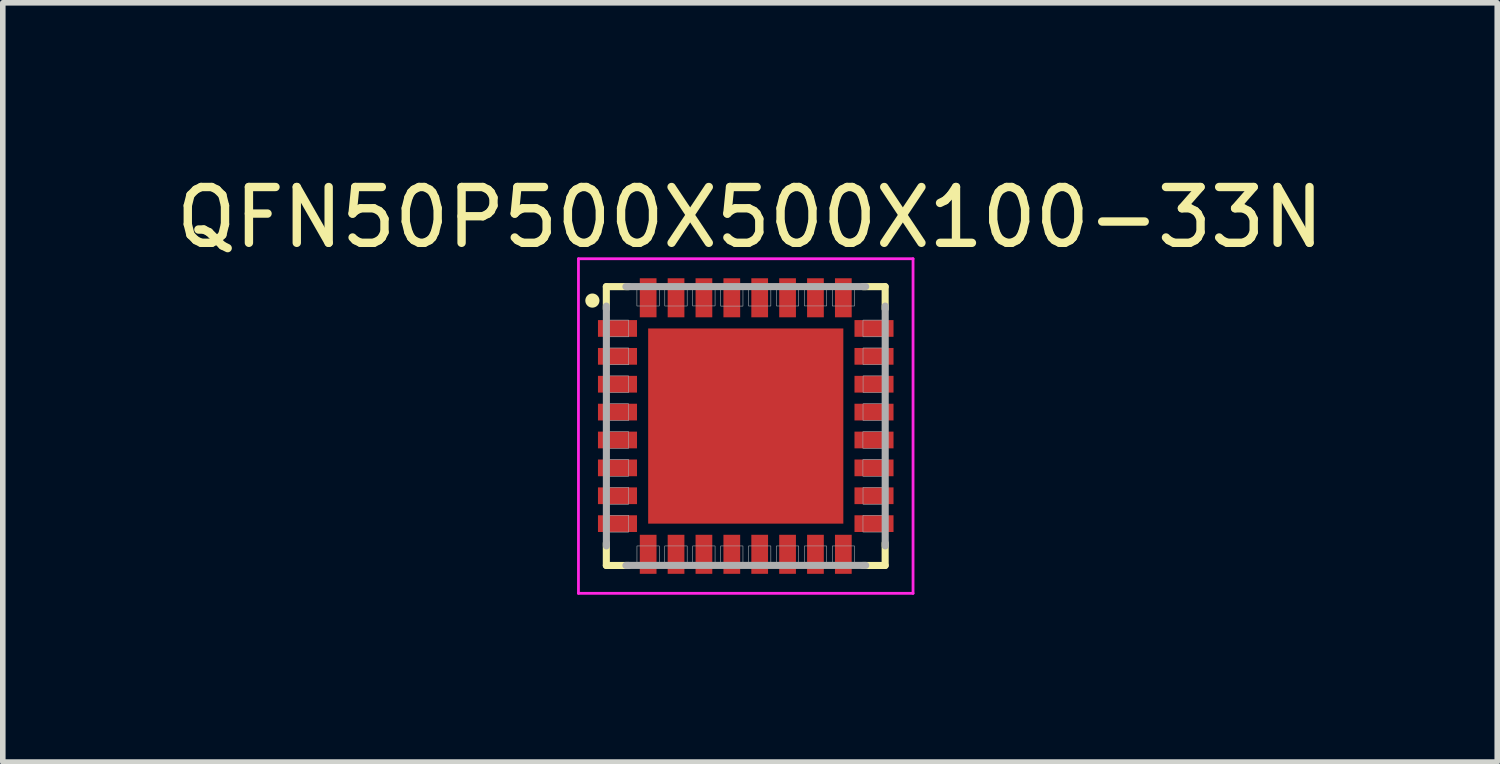
<source format=kicad_pcb>
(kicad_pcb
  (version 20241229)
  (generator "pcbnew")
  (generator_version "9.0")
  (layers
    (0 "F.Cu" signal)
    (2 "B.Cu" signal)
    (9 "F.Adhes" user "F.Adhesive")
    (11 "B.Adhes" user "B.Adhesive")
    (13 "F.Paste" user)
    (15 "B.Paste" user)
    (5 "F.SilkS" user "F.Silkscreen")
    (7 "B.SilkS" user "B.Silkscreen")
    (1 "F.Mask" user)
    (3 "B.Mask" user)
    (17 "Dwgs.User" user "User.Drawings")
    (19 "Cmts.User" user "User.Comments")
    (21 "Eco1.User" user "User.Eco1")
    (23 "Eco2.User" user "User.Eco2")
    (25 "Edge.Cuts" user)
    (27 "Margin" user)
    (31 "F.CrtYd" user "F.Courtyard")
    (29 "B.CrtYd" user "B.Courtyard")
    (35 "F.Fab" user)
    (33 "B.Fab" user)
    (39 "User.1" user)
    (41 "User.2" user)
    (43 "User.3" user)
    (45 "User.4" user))
  (footprint "QFN50P500X500X100-33N"
    (layer "F.Cu")
    (at 10.323 4.59)
    (property "Reference" "QFN50P500X500X100-33N" (at 0.076 -3.741 0) (layer "F.SilkS") (effects (font (size 1.001 1.001) (thickness 0.15))))
    (attr through_hole)
    (fp_poly (pts (xy -2.705 1.05) (xy -1.9 1.05) (xy -1.9 1.453) (xy -2.705 1.453)) (stroke (width 0.01) (type solid)) (fill yes) (layer "F.Mask"))
    (fp_poly (pts (xy -2.703 -1.45) (xy -1.9 -1.45) (xy -1.9 -1.051) (xy -2.703 -1.051)) (stroke (width 0.01) (type solid)) (fill yes) (layer "F.Mask"))
    (fp_poly (pts (xy -2.703 -0.95) (xy -1.9 -0.95) (xy -1.9 -0.551) (xy -2.703 -0.551)) (stroke (width 0.01) (type solid)) (fill yes) (layer "F.Mask"))
    (fp_poly (pts (xy -2.703 0.55) (xy -1.9 0.55) (xy -1.9 0.951) (xy -2.703 0.951)) (stroke (width 0.01) (type solid)) (fill yes) (layer "F.Mask"))
    (fp_poly (pts (xy -2.701 -1.95) (xy -1.9 -1.95) (xy -1.9 -1.551) (xy -2.701 -1.551)) (stroke (width 0.01) (type solid)) (fill yes) (layer "F.Mask"))
    (fp_poly (pts (xy -2.7 1.55) (xy -1.9 1.55) (xy -1.9 1.95) (xy -2.7 1.95)) (stroke (width 0.01) (type solid)) (fill yes) (layer "F.Mask"))
    (fp_poly (pts (xy -2.7 -0.45) (xy -1.9 -0.45) (xy -1.9 -0.05) (xy -2.7 -0.05)) (stroke (width 0.01) (type solid)) (fill yes) (layer "F.Mask"))
    (fp_poly (pts (xy -2.7 0.05) (xy -1.9 0.05) (xy -1.9 0.45) (xy -2.7 0.45)) (stroke (width 0.01) (type solid)) (fill yes) (layer "F.Mask"))
    (fp_poly (pts (xy -2.151 -2.5) (xy -1.35 -2.5) (xy -1.35 -2.101) (xy -2.151 -2.101)) (stroke (width 0.01) (type solid)) (fill yes) (layer "F.Mask"))
    (fp_poly (pts (xy -2.15 2.1) (xy -1.35 2.1) (xy -1.35 2.5) (xy -2.15 2.5)) (stroke (width 0.01) (type solid)) (fill yes) (layer "F.Mask"))
    (fp_poly (pts (xy -1.651 -2.5) (xy -0.85 -2.5) (xy -0.85 -2.102) (xy -1.651 -2.102)) (stroke (width 0.01) (type solid)) (fill yes) (layer "F.Mask"))
    (fp_poly (pts (xy -1.651 2.1) (xy -0.85 2.1) (xy -0.85 2.501) (xy -1.651 2.501)) (stroke (width 0.01) (type solid)) (fill yes) (layer "F.Mask"))
    (fp_poly (pts (xy -1.152 -2.5) (xy -0.35 -2.5) (xy -0.35 -2.104) (xy -1.152 -2.104)) (stroke (width 0.01) (type solid)) (fill yes) (layer "F.Mask"))
    (fp_poly (pts (xy -1.152 2.1) (xy -0.35 2.1) (xy -0.35 2.504) (xy -1.152 2.504)) (stroke (width 0.01) (type solid)) (fill yes) (layer "F.Mask"))
    (fp_poly (pts (xy -0.65 2.1) (xy 0.15 2.1) (xy 0.15 2.5) (xy -0.65 2.5)) (stroke (width 0.01) (type solid)) (fill yes) (layer "F.Mask"))
    (fp_poly (pts (xy -0.65 -2.5) (xy 0.15 -2.5) (xy 0.15 -2.1) (xy -0.65 -2.1)) (stroke (width 0.01) (type solid)) (fill yes) (layer "F.Mask"))
    (fp_poly (pts (xy -0.15 -2.5) (xy 0.65 -2.5) (xy 0.65 -2.102) (xy -0.15 -2.102)) (stroke (width 0.01) (type solid)) (fill yes) (layer "F.Mask"))
    (fp_poly (pts (xy -0.15 2.1) (xy 0.65 2.1) (xy 0.65 2.501) (xy -0.15 2.501)) (stroke (width 0.01) (type solid)) (fill yes) (layer "F.Mask"))
    (fp_poly (pts (xy 0.35 -2.5) (xy 1.15 -2.5) (xy 1.15 -2.102) (xy 0.35 -2.102)) (stroke (width 0.01) (type solid)) (fill yes) (layer "F.Mask"))
    (fp_poly (pts (xy 0.351 2.1) (xy 1.15 2.1) (xy 1.15 2.504) (xy 0.351 2.504)) (stroke (width 0.01) (type solid)) (fill yes) (layer "F.Mask"))
    (fp_poly (pts (xy 0.85 2.1) (xy 1.65 2.1) (xy 1.65 2.501) (xy 0.85 2.501)) (stroke (width 0.01) (type solid)) (fill yes) (layer "F.Mask"))
    (fp_poly (pts (xy 0.851 -2.5) (xy 1.65 -2.5) (xy 1.65 -2.103) (xy 0.851 -2.103)) (stroke (width 0.01) (type solid)) (fill yes) (layer "F.Mask"))
    (fp_poly (pts (xy 1.351 -2.5) (xy 2.15 -2.5) (xy 2.15 -2.101) (xy 1.351 -2.101)) (stroke (width 0.01) (type solid)) (fill yes) (layer "F.Mask"))
    (fp_poly (pts (xy 1.352 2.1) (xy 2.15 2.1) (xy 2.15 2.503) (xy 1.352 2.503)) (stroke (width 0.01) (type solid)) (fill yes) (layer "F.Mask"))
    (fp_poly (pts (xy 1.901 0.55) (xy 2.7 0.55) (xy 2.7 0.95) (xy 1.901 0.95)) (stroke (width 0.01) (type solid)) (fill yes) (layer "F.Mask"))
    (fp_poly (pts (xy 1.901 -1.45) (xy 2.7 -1.45) (xy 2.7 -1.05) (xy 1.901 -1.05)) (stroke (width 0.01) (type solid)) (fill yes) (layer "F.Mask"))
    (fp_poly (pts (xy 1.901 1.05) (xy 2.7 1.05) (xy 2.7 1.451) (xy 1.901 1.451)) (stroke (width 0.01) (type solid)) (fill yes) (layer "F.Mask"))
    (fp_poly (pts (xy 1.902 -0.45) (xy 2.7 -0.45) (xy 2.7 -0.05) (xy 1.902 -0.05)) (stroke (width 0.01) (type solid)) (fill yes) (layer "F.Mask"))
    (fp_poly (pts (xy 1.902 -0.95) (xy 2.7 -0.95) (xy 2.7 -0.551) (xy 1.902 -0.551)) (stroke (width 0.01) (type solid)) (fill yes) (layer "F.Mask"))
    (fp_poly (pts (xy 1.902 0.05) (xy 2.7 0.05) (xy 2.7 0.451) (xy 1.902 0.451)) (stroke (width 0.01) (type solid)) (fill yes) (layer "F.Mask"))
    (fp_poly (pts (xy 1.903 -1.95) (xy 2.7 -1.95) (xy 2.7 -1.552) (xy 1.903 -1.552)) (stroke (width 0.01) (type solid)) (fill yes) (layer "F.Mask"))
    (fp_poly (pts (xy 1.904 1.55) (xy 2.7 1.55) (xy 2.7 1.954) (xy 1.904 1.954)) (stroke (width 0.01) (type solid)) (fill yes) (layer "F.Mask"))
    (fp_line (start -2.5 -2.5) (end -2.5 -2.1) (stroke (width 0.127) (type solid)) (layer "F.SilkS"))
    (fp_line (start -2.5 2.1) (end -2.5 2.5) (stroke (width 0.127) (type solid)) (layer "F.SilkS"))
    (fp_line (start -2.5 2.5) (end -2.1 2.5) (stroke (width 0.127) (type solid)) (layer "F.SilkS"))
    (fp_line (start -2.1 -2.5) (end -2.5 -2.5) (stroke (width 0.127) (type solid)) (layer "F.SilkS"))
    (fp_line (start 2.1 -2.5) (end 2.5 -2.5) (stroke (width 0.127) (type solid)) (layer "F.SilkS"))
    (fp_line (start 2.1 2.5) (end 2.5 2.5) (stroke (width 0.127) (type solid)) (layer "F.SilkS"))
    (fp_line (start 2.5 -2.5) (end 2.5 -2.1) (stroke (width 0.127) (type solid)) (layer "F.SilkS"))
    (fp_line (start 2.5 2.5) (end 2.5 2.1) (stroke (width 0.127) (type solid)) (layer "F.SilkS"))
    (fp_circle (center -2.75 -2.25) (end -2.623 -2.25) (stroke (width 0) (type solid)) (fill yes) (layer "F.SilkS"))
    (fp_poly (pts (xy -1.102 -1.1) (xy 1.1 -1.1) (xy 1.1 1.102) (xy -1.102 1.102)) (stroke (width 0.01) (type solid)) (fill yes) (layer "F.Paste"))
    (fp_line (start -3 -3) (end 3 -3) (stroke (width 0.05) (type solid)) (layer "F.CrtYd"))
    (fp_line (start -3 3) (end -3 -3) (stroke (width 0.05) (type solid)) (layer "F.CrtYd"))
    (fp_line (start 3 -3) (end 3 3) (stroke (width 0.05) (type solid)) (layer "F.CrtYd"))
    (fp_line (start 3 3) (end -3 3) (stroke (width 0.05) (type solid)) (layer "F.CrtYd"))
    (fp_line (start -2.499 2.149) (end -2.499 -2.151) (stroke (width 0.127) (type solid)) (layer "F.Fab"))
    (fp_line (start -2.149 -2.501) (end 2.151 -2.501) (stroke (width 0.127) (type solid)) (layer "F.Fab"))
    (fp_line (start 2.151 2.499) (end -2.149 2.499) (stroke (width 0.127) (type solid)) (layer "F.Fab"))
    (fp_line (start 2.501 -2.151) (end 2.501 2.149) (stroke (width 0.127) (type solid)) (layer "F.Fab"))
    (fp_poly (pts (xy -2.504 -0.9) (xy -2.1 -0.9) (xy -2.1 -0.601) (xy -2.504 -0.601)) (stroke (width 0.01) (type solid)) (fill no) (layer "F.Fab"))
    (fp_poly (pts (xy -2.503 -0.4) (xy -2.1 -0.4) (xy -2.1 -0.1) (xy -2.503 -0.1)) (stroke (width 0.01) (type solid)) (fill no) (layer "F.Fab"))
    (fp_poly (pts (xy -2.503 1.1) (xy -2.1 1.1) (xy -2.1 1.402) (xy -2.503 1.402)) (stroke (width 0.01) (type solid)) (fill no) (layer "F.Fab"))
    (fp_poly (pts (xy -2.502 -1.9) (xy -2.1 -1.9) (xy -2.1 -1.601) (xy -2.502 -1.601)) (stroke (width 0.01) (type solid)) (fill no) (layer "F.Fab"))
    (fp_poly (pts (xy -2.502 1.6) (xy -2.1 1.6) (xy -2.1 1.902) (xy -2.502 1.902)) (stroke (width 0.01) (type solid)) (fill no) (layer "F.Fab"))
    (fp_poly (pts (xy -2.502 0.6) (xy -2.1 0.6) (xy -2.1 0.901) (xy -2.502 0.901)) (stroke (width 0.01) (type solid)) (fill no) (layer "F.Fab"))
    (fp_poly (pts (xy -2.502 0.1) (xy -2.1 0.1) (xy -2.1 0.4) (xy -2.502 0.4)) (stroke (width 0.01) (type solid)) (fill no) (layer "F.Fab"))
    (fp_poly (pts (xy -2.501 -1.4) (xy -2.1 -1.4) (xy -2.1 -1.1) (xy -2.501 -1.1)) (stroke (width 0.01) (type solid)) (fill no) (layer "F.Fab"))
    (fp_poly (pts (xy -1.952 -2.45) (xy -1.55 -2.45) (xy -1.55 -2.153) (xy -1.952 -2.153)) (stroke (width 0.01) (type solid)) (fill no) (layer "F.Fab"))
    (fp_poly (pts (xy -1.951 2.15) (xy -1.55 2.15) (xy -1.55 2.451) (xy -1.951 2.451)) (stroke (width 0.01) (type solid)) (fill no) (layer "F.Fab"))
    (fp_poly (pts (xy -1.453 2.15) (xy -1.05 2.15) (xy -1.05 2.455) (xy -1.453 2.455)) (stroke (width 0.01) (type solid)) (fill no) (layer "F.Fab"))
    (fp_poly (pts (xy -1.452 -2.45) (xy -1.05 -2.45) (xy -1.05 -2.153) (xy -1.452 -2.153)) (stroke (width 0.01) (type solid)) (fill no) (layer "F.Fab"))
    (fp_poly (pts (xy -0.952 -2.45) (xy -0.55 -2.45) (xy -0.55 -2.154) (xy -0.952 -2.154)) (stroke (width 0.01) (type solid)) (fill no) (layer "F.Fab"))
    (fp_poly (pts (xy -0.951 2.15) (xy -0.55 2.15) (xy -0.55 2.452) (xy -0.951 2.452)) (stroke (width 0.01) (type solid)) (fill no) (layer "F.Fab"))
    (fp_poly (pts (xy -0.45 -2.45) (xy -0.05 -2.45) (xy -0.05 -2.151) (xy -0.45 -2.151)) (stroke (width 0.01) (type solid)) (fill no) (layer "F.Fab"))
    (fp_poly (pts (xy -0.45 2.15) (xy -0.05 2.15) (xy -0.05 2.451) (xy -0.45 2.451)) (stroke (width 0.01) (type solid)) (fill no) (layer "F.Fab"))
    (fp_poly (pts (xy 0.05 -2.45) (xy 0.45 -2.45) (xy 0.45 -2.153) (xy 0.05 -2.153)) (stroke (width 0.01) (type solid)) (fill no) (layer "F.Fab"))
    (fp_poly (pts (xy 0.05 2.15) (xy 0.45 2.15) (xy 0.45 2.455) (xy 0.05 2.455)) (stroke (width 0.01) (type solid)) (fill no) (layer "F.Fab"))
    (fp_poly (pts (xy 0.551 2.15) (xy 0.95 2.15) (xy 0.95 2.452) (xy 0.551 2.452)) (stroke (width 0.01) (type solid)) (fill no) (layer "F.Fab"))
    (fp_poly (pts (xy 0.551 -2.45) (xy 0.95 -2.45) (xy 0.95 -2.153) (xy 0.551 -2.153)) (stroke (width 0.01) (type solid)) (fill no) (layer "F.Fab"))
    (fp_poly (pts (xy 1.052 2.15) (xy 1.45 2.15) (xy 1.45 2.454) (xy 1.052 2.454)) (stroke (width 0.01) (type solid)) (fill no) (layer "F.Fab"))
    (fp_poly (pts (xy 1.052 -2.45) (xy 1.45 -2.45) (xy 1.45 -2.154) (xy 1.052 -2.154)) (stroke (width 0.01) (type solid)) (fill no) (layer "F.Fab"))
    (fp_poly (pts (xy 1.552 -2.45) (xy 1.95 -2.45) (xy 1.95 -2.153) (xy 1.552 -2.153)) (stroke (width 0.01) (type solid)) (fill no) (layer "F.Fab"))
    (fp_poly (pts (xy 1.553 2.15) (xy 1.95 2.15) (xy 1.95 2.454) (xy 1.553 2.454)) (stroke (width 0.01) (type solid)) (fill no) (layer "F.Fab"))
    (fp_poly (pts (xy 2.101 0.1) (xy 2.5 0.1) (xy 2.5 0.4) (xy 2.101 0.4)) (stroke (width 0.01) (type solid)) (fill no) (layer "F.Fab"))
    (fp_poly (pts (xy 2.101 0.6) (xy 2.5 0.6) (xy 2.5 0.901) (xy 2.101 0.901)) (stroke (width 0.01) (type solid)) (fill no) (layer "F.Fab"))
    (fp_poly (pts (xy 2.102 1.6) (xy 2.5 1.6) (xy 2.5 1.901) (xy 2.102 1.901)) (stroke (width 0.01) (type solid)) (fill no) (layer "F.Fab"))
    (fp_poly (pts (xy 2.102 -1.9) (xy 2.5 -1.9) (xy 2.5 -1.601) (xy 2.102 -1.601)) (stroke (width 0.01) (type solid)) (fill no) (layer "F.Fab"))
    (fp_poly (pts (xy 2.103 -0.4) (xy 2.5 -0.4) (xy 2.5 -0.1) (xy 2.103 -0.1)) (stroke (width 0.01) (type solid)) (fill no) (layer "F.Fab"))
    (fp_poly (pts (xy 2.103 1.1) (xy 2.5 1.1) (xy 2.5 1.402) (xy 2.103 1.402)) (stroke (width 0.01) (type solid)) (fill no) (layer "F.Fab"))
    (fp_poly (pts (xy 2.103 -1.4) (xy 2.5 -1.4) (xy 2.5 -1.102) (xy 2.103 -1.102)) (stroke (width 0.01) (type solid)) (fill no) (layer "F.Fab"))
    (fp_poly (pts (xy 2.104 -0.9) (xy 2.5 -0.9) (xy 2.5 -0.601) (xy 2.104 -0.601)) (stroke (width 0.01) (type solid)) (fill no) (layer "F.Fab"))
    (pad "1" smd rect (at -2.3 -1.75) (size 0.7 0.3) (layers "F.Cu" "F.Paste"))
    (pad "2" smd rect (at -2.3 -1.25) (size 0.7 0.3) (layers "F.Cu" "F.Paste"))
    (pad "3" smd rect (at -2.3 -0.75) (size 0.7 0.3) (layers "F.Cu" "F.Paste"))
    (pad "4" smd rect (at -2.3 -0.25) (size 0.7 0.3) (layers "F.Cu" "F.Paste"))
    (pad "5" smd rect (at -2.3 0.25) (size 0.7 0.3) (layers "F.Cu" "F.Paste"))
    (pad "6" smd rect (at -2.3 0.75) (size 0.7 0.3) (layers "F.Cu" "F.Paste"))
    (pad "7" smd rect (at -2.3 1.25) (size 0.7 0.3) (layers "F.Cu" "F.Paste"))
    (pad "8" smd rect (at -2.3 1.75) (size 0.7 0.3) (layers "F.Cu" "F.Paste"))
    (pad "9" smd rect (at -1.75 2.3) (size 0.3 0.7) (layers "F.Cu" "F.Paste"))
    (pad "10" smd rect (at -1.25 2.3) (size 0.3 0.7) (layers "F.Cu" "F.Paste"))
    (pad "11" smd rect (at -0.75 2.3) (size 0.3 0.7) (layers "F.Cu" "F.Paste"))
    (pad "12" smd rect (at -0.25 2.3) (size 0.3 0.7) (layers "F.Cu" "F.Paste"))
    (pad "13" smd rect (at 0.25 2.3) (size 0.3 0.7) (layers "F.Cu" "F.Paste"))
    (pad "14" smd rect (at 0.75 2.3) (size 0.3 0.7) (layers "F.Cu" "F.Paste"))
    (pad "15" smd rect (at 1.25 2.3) (size 0.3 0.7) (layers "F.Cu" "F.Paste"))
    (pad "16" smd rect (at 1.75 2.3) (size 0.3 0.7) (layers "F.Cu" "F.Paste"))
    (pad "17" smd rect (at 2.3 1.75) (size 0.7 0.3) (layers "F.Cu" "F.Paste"))
    (pad "18" smd rect (at 2.3 1.25) (size 0.7 0.3) (layers "F.Cu" "F.Paste"))
    (pad "19" smd rect (at 2.3 0.75) (size 0.7 0.3) (layers "F.Cu" "F.Paste"))
    (pad "20" smd rect (at 2.3 0.25) (size 0.7 0.3) (layers "F.Cu" "F.Paste"))
    (pad "21" smd rect (at 2.3 -0.25) (size 0.7 0.3) (layers "F.Cu" "F.Paste"))
    (pad "22" smd rect (at 2.3 -0.75) (size 0.7 0.3) (layers "F.Cu" "F.Paste"))
    (pad "23" smd rect (at 2.3 -1.25) (size 0.7 0.3) (layers "F.Cu" "F.Paste"))
    (pad "24" smd rect (at 2.3 -1.75) (size 0.7 0.3) (layers "F.Cu" "F.Paste"))
    (pad "25" smd rect (at 1.75 -2.3) (size 0.3 0.7) (layers "F.Cu" "F.Paste"))
    (pad "26" smd rect (at 1.25 -2.3) (size 0.3 0.7) (layers "F.Cu" "F.Paste"))
    (pad "27" smd rect (at 0.75 -2.3) (size 0.3 0.7) (layers "F.Cu" "F.Paste"))
    (pad "28" smd rect (at 0.25 -2.3) (size 0.3 0.7) (layers "F.Cu" "F.Paste"))
    (pad "29" smd rect (at -0.25 -2.3) (size 0.3 0.7) (layers "F.Cu" "F.Paste"))
    (pad "30" smd rect (at -0.75 -2.3) (size 0.3 0.7) (layers "F.Cu" "F.Paste"))
    (pad "31" smd rect (at -1.25 -2.3) (size 0.3 0.7) (layers "F.Cu" "F.Paste"))
    (pad "32" smd rect (at -1.75 -2.3) (size 0.3 0.7) (layers "F.Cu" "F.Paste"))
    (pad "33" smd rect (at 0 0) (size 3.5 3.5) (layers "F.Cu" "F.Mask")))
  (gr_rect
    (start -3 -3)
    (end 23.799 10.615)
    (stroke (width 0.1) (type default))
    (fill no)
    (layer "Edge.Cuts")))
</source>
